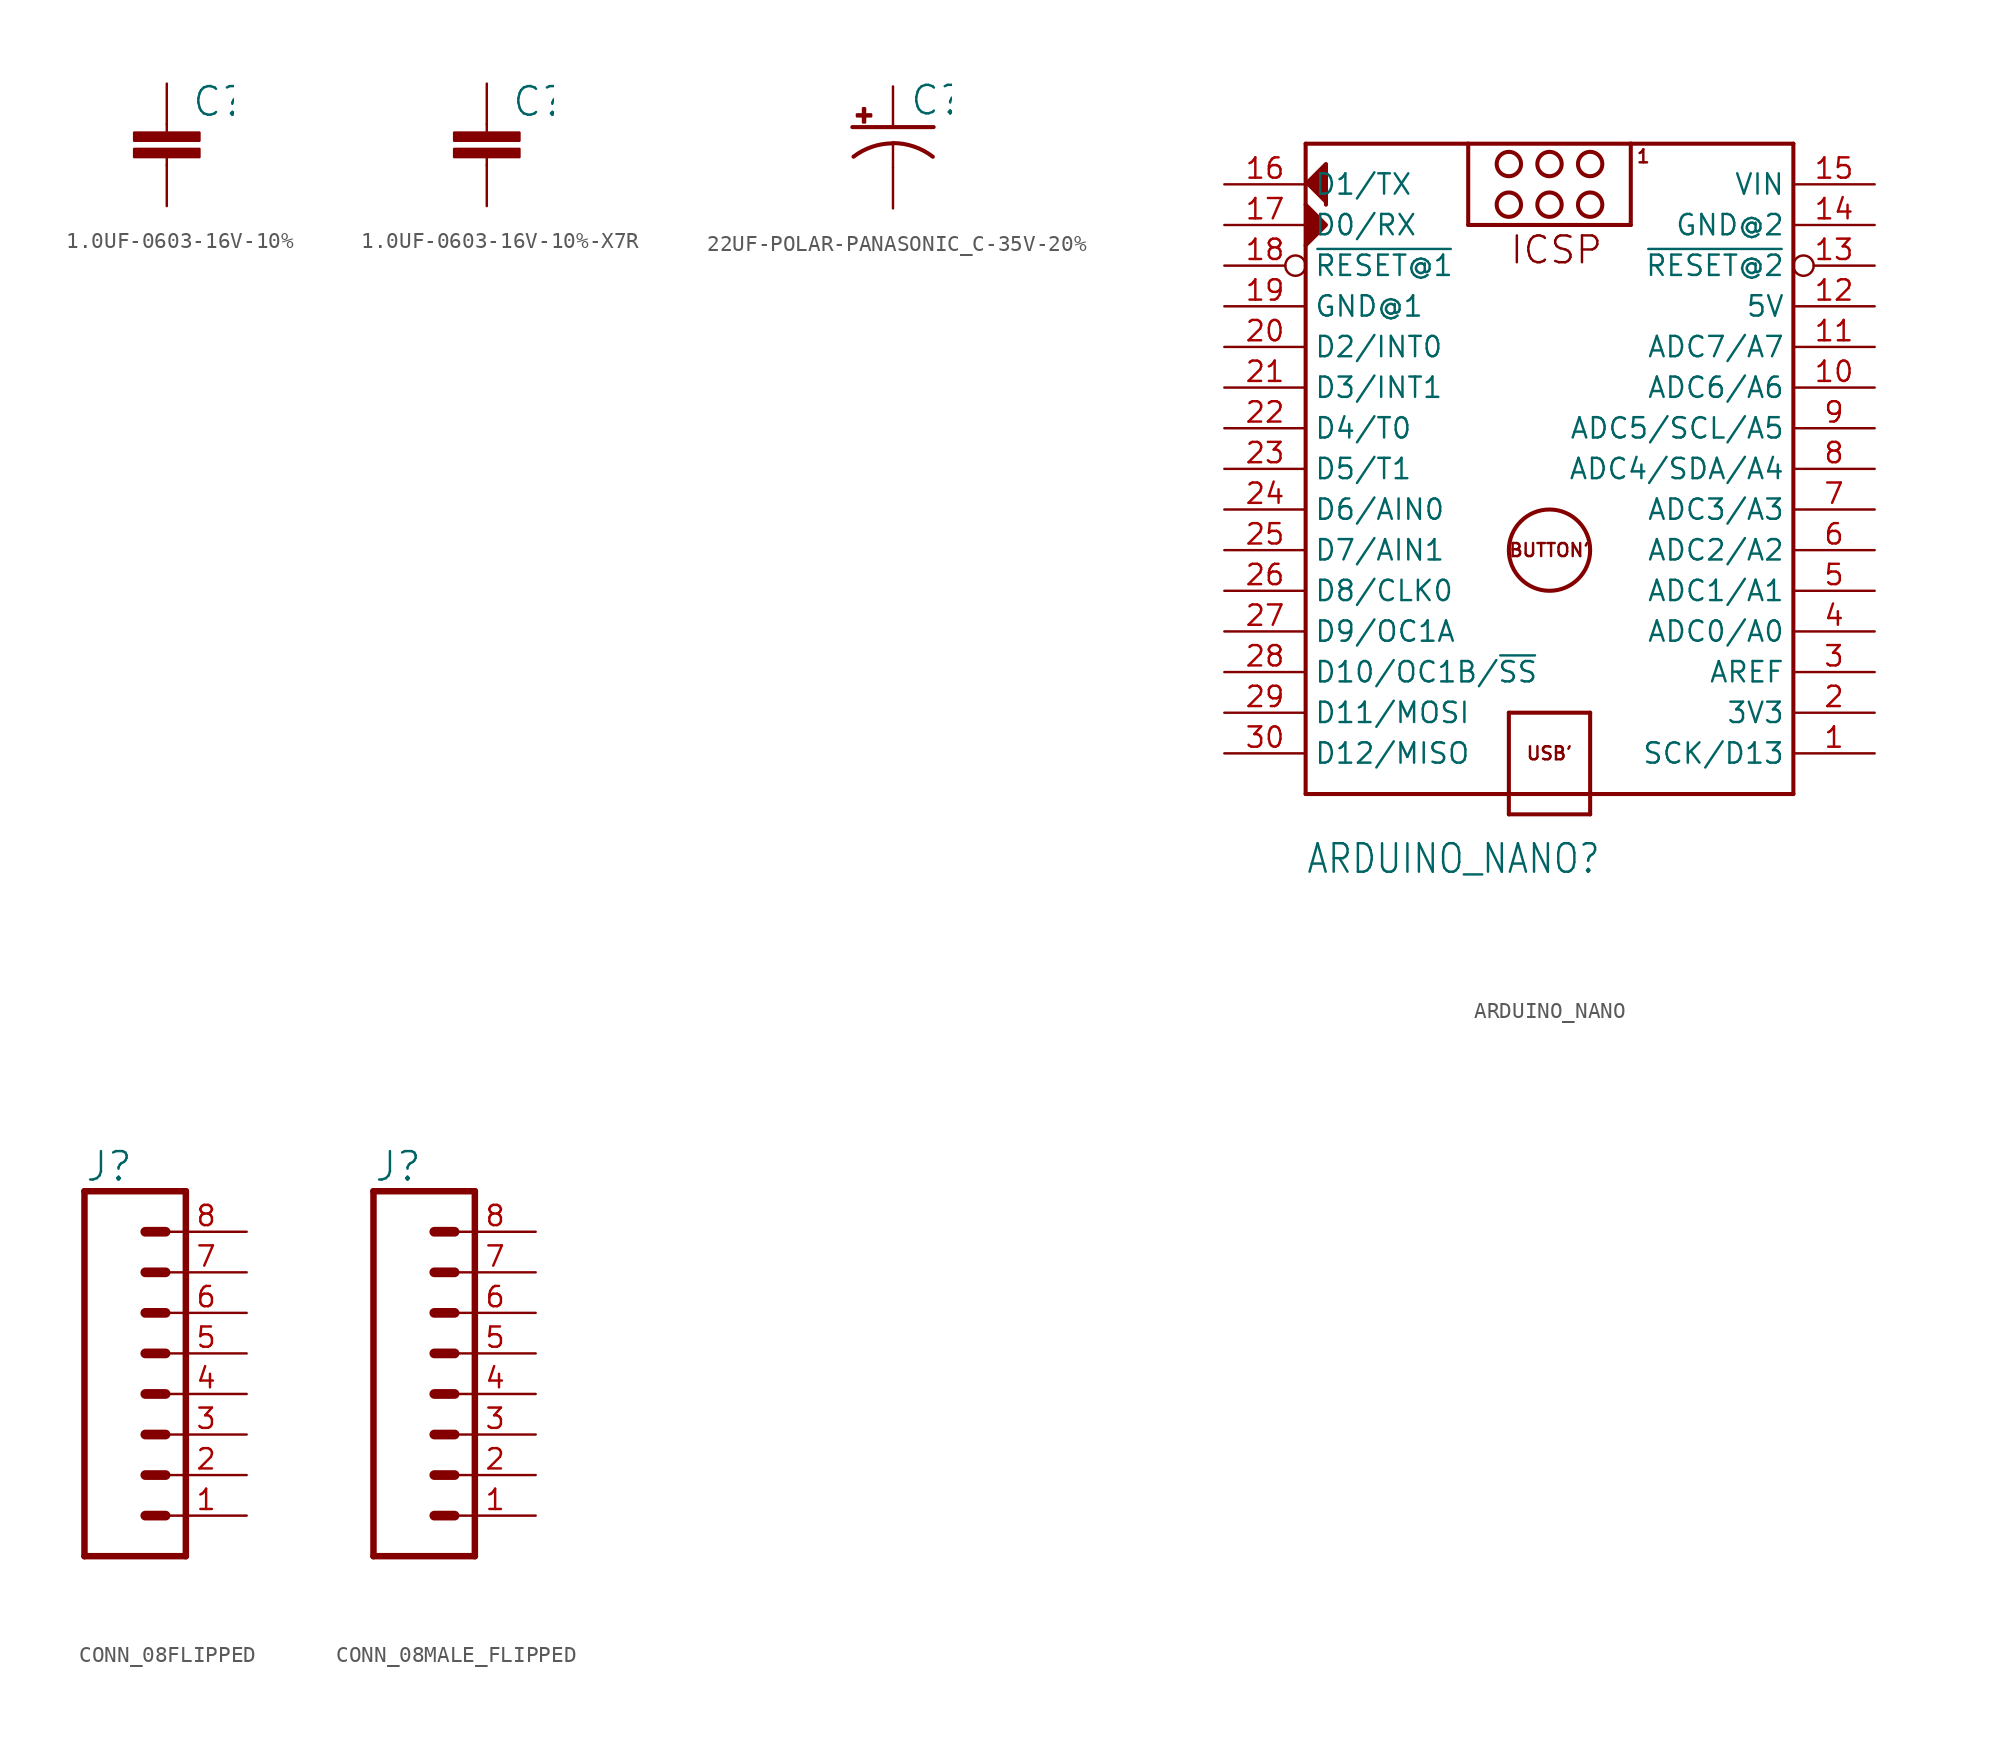
<source format=kicad_sym>
(kicad_symbol_lib
  (version 20241209)
  (generator "kicad_symbol_editor")
  (generator_version "9.0")
  (symbol "1.0UF-0603-16V-10%"
    (property "Reference" "C"
      (at 1.524 2.921 0)
      (effects (font (size 1.778 1.778)) (justify left bottom)))
    (property "Value" ""
      (at 1.524 -2.159 0)
      (effects (font (size 1.778 1.778)) (justify left bottom)))
    (property "ki_locked" ""
      (at 0 0 0)
      (effects (font (size 1.27 1.27))))
    (symbol "1.0UF-0603-16V-10%_1_0"
      (rectangle (start -2.032 1.524) (end 2.032 2.032) (stroke (width 0) (type default)) (fill (type outline)))
      (rectangle (start -2.032 0.508) (end 2.032 1.016) (stroke (width 0) (type default)) (fill (type outline)))
      (polyline (pts (xy 0 2.54) (xy 0 2.032)) (stroke (width 0.152) (type solid)) (fill (type none)))
      (polyline (pts (xy 0 0) (xy 0 0.508)) (stroke (width 0.152) (type solid)) (fill (type none)))
      (pin passive line (at 0 5.08 270) (length 2.54) (name "1" (effects (font (size 0 0)))) (number "1" (effects (font (size 0 0)))))
      (pin passive line (at 0 -2.54 90) (length 2.54) (name "2" (effects (font (size 0 0)))) (number "2" (effects (font (size 0 0)))))))
  (symbol "1.0UF-0603-16V-10%-X7R"
    (property "Reference" "C"
      (at 1.524 2.921 0)
      (effects (font (size 1.778 1.778)) (justify left bottom)))
    (property "Value" ""
      (at 1.524 -2.159 0)
      (effects (font (size 1.778 1.778)) (justify left bottom)))
    (property "ki_locked" ""
      (at 0 0 0)
      (effects (font (size 1.27 1.27))))
    (symbol "1.0UF-0603-16V-10%-X7R_1_0"
      (rectangle (start -2.032 1.524) (end 2.032 2.032) (stroke (width 0) (type default)) (fill (type outline)))
      (rectangle (start -2.032 0.508) (end 2.032 1.016) (stroke (width 0) (type default)) (fill (type outline)))
      (polyline (pts (xy 0 2.54) (xy 0 2.032)) (stroke (width 0.152) (type solid)) (fill (type none)))
      (polyline (pts (xy 0 0) (xy 0 0.508)) (stroke (width 0.152) (type solid)) (fill (type none)))
      (pin passive line (at 0 5.08 270) (length 2.54) (name "1" (effects (font (size 0 0)))) (number "1" (effects (font (size 0 0)))))
      (pin passive line (at 0 -2.54 90) (length 2.54) (name "2" (effects (font (size 0 0)))) (number "2" (effects (font (size 0 0)))))))
  (symbol "22UF-POLAR-PANASONIC_C-35V-20%"
    (property "Reference" "C"
      (at 1.016 0.635 0)
      (effects (font (size 1.778 1.778)) (justify left bottom)))
    (property "Value" ""
      (at 1.016 -4.191 0)
      (effects (font (size 1.778 1.778)) (justify left bottom)))
    (property "ki_locked" ""
      (at 0 0 0)
      (effects (font (size 1.27 1.27))))
    (symbol "22UF-POLAR-PANASONIC_C-35V-20%_1_0"
      (polyline (pts (xy -2.54 0) (xy 2.54 0)) (stroke (width 0.254) (type solid)) (fill (type none)))
      (rectangle (start -2.253 0.668) (end -1.364 0.795) (stroke (width 0) (type default)) (fill (type outline)))
      (rectangle (start -1.872 0.287) (end -1.745 1.176) (stroke (width 0) (type default)) (fill (type outline)))
      (arc (start -2.4669 -1.8504) (mid -1.3021 -1.2303) (end 0 -1.0161) (stroke (width 0.254) (type solid)) (fill (type none)))
      (polyline (pts (xy 0 -1.016) (xy 0 -1.016)) (stroke (width 0.152) (type solid)) (fill (type none)))
      (polyline (pts (xy 0 -1.016) (xy 0 -2.54)) (stroke (width 0.152) (type solid)) (fill (type none)))
      (arc (start 0 -1) (mid 1.3158 -1.2194) (end 2.4892 -1.8541) (stroke (width 0.254) (type solid)) (fill (type none)))
      (pin passive line (at 0 2.54 270) (length 2.54) (name "+" (effects (font (size 0 0)))) (number "+" (effects (font (size 0 0)))))
      (pin passive line (at 0 -5.08 90) (length 2.54) (name "-" (effects (font (size 0 0)))) (number "-" (effects (font (size 0 0)))))))
  (symbol "ARDUINO_NANO"
    (property "Reference" "ARDUINO_NANO"
      (at -15.24 -20.32 0)
      (effects (font (size 1.778 1.511)) (justify left bottom)))
    (property "Value" ""
      (at -15.24 -22.86 0)
      (effects (font (size 1.778 1.511)) (justify left bottom)))
    (property "ki_locked" ""
      (at 0 0 0)
      (effects (font (size 1.27 1.27))))
    (symbol "ARDUINO_NANO_1_0"
      (polyline (pts (xy -15.24 25.4) (xy -5.08 25.4)) (stroke (width 0.254) (type solid)) (fill (type none)))
      (polyline (pts (xy -15.24 22.86) (xy -13.97 24.13) (xy -13.97 21.59)) (stroke (width 0.254) (type solid)) (fill (type outline)))
      (polyline (pts (xy -15.24 21.59) (xy -13.97 20.32) (xy -15.24 19.05)) (stroke (width 0.254) (type solid)) (fill (type outline)))
      (polyline (pts (xy -15.24 -15.24) (xy -15.24 25.4)) (stroke (width 0.254) (type solid)) (fill (type none)))
      (polyline (pts (xy -5.08 25.4) (xy -5.08 20.32)) (stroke (width 0.254) (type solid)) (fill (type none)))
      (polyline (pts (xy -5.08 25.4) (xy 5.08 25.4)) (stroke (width 0.254) (type solid)) (fill (type none)))
      (polyline (pts (xy -5.08 20.32) (xy 5.08 20.32)) (stroke (width 0.254) (type solid)) (fill (type none)))
      (circle (center -2.54 24.13) (radius 0.762) (stroke (width 0.254) (type solid)) (fill (type none)))
      (circle (center -2.54 21.59) (radius 0.762) (stroke (width 0.254) (type solid)) (fill (type none)))
      (polyline (pts (xy -2.54 -10.16) (xy -2.54 -16.51)) (stroke (width 0.254) (type solid)) (fill (type none)))
      (polyline (pts (xy -2.54 -16.51) (xy 2.54 -16.51)) (stroke (width 0.254) (type solid)) (fill (type none)))
      (circle (center 0 24.13) (radius 0.762) (stroke (width 0.254) (type solid)) (fill (type none)))
      (circle (center 0 21.59) (radius 0.762) (stroke (width 0.254) (type solid)) (fill (type none)))
      (circle (center 0 0) (radius 2.54) (stroke (width 0.254) (type solid)) (fill (type none)))
      (circle (center 2.54 24.13) (radius 0.762) (stroke (width 0.254) (type solid)) (fill (type none)))
      (circle (center 2.54 21.59) (radius 0.762) (stroke (width 0.254) (type solid)) (fill (type none)))
      (polyline (pts (xy 2.54 -10.16) (xy -2.54 -10.16)) (stroke (width 0.254) (type solid)) (fill (type none)))
      (polyline (pts (xy 2.54 -16.51) (xy 2.54 -10.16)) (stroke (width 0.254) (type solid)) (fill (type none)))
      (polyline (pts (xy 5.08 25.4) (xy 15.24 25.4)) (stroke (width 0.254) (type solid)) (fill (type none)))
      (polyline (pts (xy 5.08 20.32) (xy 5.08 25.4)) (stroke (width 0.254) (type solid)) (fill (type none)))
      (polyline (pts (xy 15.24 25.4) (xy 15.24 -15.24)) (stroke (width 0.254) (type solid)) (fill (type none)))
      (polyline (pts (xy 15.24 -15.24) (xy -15.24 -15.24)) (stroke (width 0.254) (type solid)) (fill (type none)))
      (text "ICSP" (at -2.54 17.78 0) (effects (font (size 1.676 1.676)) (justify left bottom)))
      (text "BUTTON'" (at 0 0 0) (effects (font (size 0.813 0.813))))
      (text "USB'" (at 0 -12.7 0) (effects (font (size 0.813 0.813))))
      (text "1" (at 6.35 24.13 0) (effects (font (size 0.813 0.813)) (justify right bottom)))
      (pin bidirectional line (at -20.32 22.86 0) (length 5.08) (name "D1/TX" (effects (font (size 1.27 1.27)))) (number "16" (effects (font (size 1.27 1.27)))))
      (pin bidirectional line (at -20.32 20.32 0) (length 5.08) (name "D0/RX" (effects (font (size 1.27 1.27)))) (number "17" (effects (font (size 1.27 1.27)))))
      (pin input inverted (at -20.32 17.78 0) (length 5.08) (name "~{RESET@1}" (effects (font (size 1.27 1.27)))) (number "18" (effects (font (size 1.27 1.27)))))
      (pin power_in line (at -20.32 15.24 0) (length 5.08) (name "GND@1" (effects (font (size 1.27 1.27)))) (number "19" (effects (font (size 1.27 1.27)))))
      (pin bidirectional line (at -20.32 12.7 0) (length 5.08) (name "D2/INT0" (effects (font (size 1.27 1.27)))) (number "20" (effects (font (size 1.27 1.27)))))
      (pin bidirectional line (at -20.32 10.16 0) (length 5.08) (name "D3/INT1" (effects (font (size 1.27 1.27)))) (number "21" (effects (font (size 1.27 1.27)))))
      (pin bidirectional line (at -20.32 7.62 0) (length 5.08) (name "D4/T0" (effects (font (size 1.27 1.27)))) (number "22" (effects (font (size 1.27 1.27)))))
      (pin bidirectional line (at -20.32 5.08 0) (length 5.08) (name "D5/T1" (effects (font (size 1.27 1.27)))) (number "23" (effects (font (size 1.27 1.27)))))
      (pin bidirectional line (at -20.32 2.54 0) (length 5.08) (name "D6/AIN0" (effects (font (size 1.27 1.27)))) (number "24" (effects (font (size 1.27 1.27)))))
      (pin bidirectional line (at -20.32 0 0) (length 5.08) (name "D7/AIN1" (effects (font (size 1.27 1.27)))) (number "25" (effects (font (size 1.27 1.27)))))
      (pin bidirectional line (at -20.32 -2.54 0) (length 5.08) (name "D8/CLK0" (effects (font (size 1.27 1.27)))) (number "26" (effects (font (size 1.27 1.27)))))
      (pin bidirectional line (at -20.32 -5.08 0) (length 5.08) (name "D9/OC1A" (effects (font (size 1.27 1.27)))) (number "27" (effects (font (size 1.27 1.27)))))
      (pin bidirectional line (at -20.32 -7.62 0) (length 5.08) (name "D10/OC1B/~{SS}" (effects (font (size 1.27 1.27)))) (number "28" (effects (font (size 1.27 1.27)))))
      (pin bidirectional line (at -20.32 -10.16 0) (length 5.08) (name "D11/MOSI" (effects (font (size 1.27 1.27)))) (number "29" (effects (font (size 1.27 1.27)))))
      (pin bidirectional line (at -20.32 -12.7 0) (length 5.08) (name "D12/MISO" (effects (font (size 1.27 1.27)))) (number "30" (effects (font (size 1.27 1.27)))))
      (pin power_in line (at 20.32 22.86 180) (length 5.08) (name "VIN" (effects (font (size 1.27 1.27)))) (number "15" (effects (font (size 1.27 1.27)))))
      (pin power_in line (at 20.32 20.32 180) (length 5.08) (name "GND@2" (effects (font (size 1.27 1.27)))) (number "14" (effects (font (size 1.27 1.27)))))
      (pin input inverted (at 20.32 17.78 180) (length 5.08) (name "~{RESET@2}" (effects (font (size 1.27 1.27)))) (number "13" (effects (font (size 1.27 1.27)))))
      (pin power_in line (at 20.32 15.24 180) (length 5.08) (name "5V" (effects (font (size 1.27 1.27)))) (number "12" (effects (font (size 1.27 1.27)))))
      (pin bidirectional line (at 20.32 12.7 180) (length 5.08) (name "ADC7/A7" (effects (font (size 1.27 1.27)))) (number "11" (effects (font (size 1.27 1.27)))))
      (pin bidirectional line (at 20.32 10.16 180) (length 5.08) (name "ADC6/A6" (effects (font (size 1.27 1.27)))) (number "10" (effects (font (size 1.27 1.27)))))
      (pin bidirectional line (at 20.32 7.62 180) (length 5.08) (name "ADC5/SCL/A5" (effects (font (size 1.27 1.27)))) (number "9" (effects (font (size 1.27 1.27)))))
      (pin bidirectional line (at 20.32 5.08 180) (length 5.08) (name "ADC4/SDA/A4" (effects (font (size 1.27 1.27)))) (number "8" (effects (font (size 1.27 1.27)))))
      (pin bidirectional line (at 20.32 2.54 180) (length 5.08) (name "ADC3/A3" (effects (font (size 1.27 1.27)))) (number "7" (effects (font (size 1.27 1.27)))))
      (pin bidirectional line (at 20.32 0 180) (length 5.08) (name "ADC2/A2" (effects (font (size 1.27 1.27)))) (number "6" (effects (font (size 1.27 1.27)))))
      (pin bidirectional line (at 20.32 -2.54 180) (length 5.08) (name "ADC1/A1" (effects (font (size 1.27 1.27)))) (number "5" (effects (font (size 1.27 1.27)))))
      (pin bidirectional line (at 20.32 -5.08 180) (length 5.08) (name "ADC0/A0" (effects (font (size 1.27 1.27)))) (number "4" (effects (font (size 1.27 1.27)))))
      (pin input line (at 20.32 -7.62 180) (length 5.08) (name "AREF" (effects (font (size 1.27 1.27)))) (number "3" (effects (font (size 1.27 1.27)))))
      (pin output line (at 20.32 -10.16 180) (length 5.08) (name "3V3" (effects (font (size 1.27 1.27)))) (number "2" (effects (font (size 1.27 1.27)))))
      (pin bidirectional line (at 20.32 -12.7 180) (length 5.08) (name "SCK/D13" (effects (font (size 1.27 1.27)))) (number "1" (effects (font (size 1.27 1.27)))))))
  (symbol "CONN_08FLIPPED"
    (property "Reference" "J"
      (at -5.08 13.208 0)
      (effects (font (size 1.778 1.778)) (justify left bottom)))
    (property "Value" ""
      (at -5.08 -12.446 0)
      (effects (font (size 1.778 1.778)) (justify left bottom)))
    (property "ki_locked" ""
      (at 0 0 0)
      (effects (font (size 1.27 1.27))))
    (symbol "CONN_08FLIPPED_1_0"
      (polyline (pts (xy -5.08 12.7) (xy -5.08 -10.16)) (stroke (width 0.406) (type solid)) (fill (type none)))
      (polyline (pts (xy -5.08 12.7) (xy 1.27 12.7)) (stroke (width 0.406) (type solid)) (fill (type none)))
      (polyline (pts (xy -1.27 10.16) (xy 0 10.16)) (stroke (width 0.61) (type solid)) (fill (type none)))
      (polyline (pts (xy -1.27 7.62) (xy 0 7.62)) (stroke (width 0.61) (type solid)) (fill (type none)))
      (polyline (pts (xy -1.27 5.08) (xy 0 5.08)) (stroke (width 0.61) (type solid)) (fill (type none)))
      (polyline (pts (xy -1.27 2.54) (xy 0 2.54)) (stroke (width 0.61) (type solid)) (fill (type none)))
      (polyline (pts (xy -1.27 0) (xy 0 0)) (stroke (width 0.61) (type solid)) (fill (type none)))
      (polyline (pts (xy -1.27 -2.54) (xy 0 -2.54)) (stroke (width 0.61) (type solid)) (fill (type none)))
      (polyline (pts (xy -1.27 -5.08) (xy 0 -5.08)) (stroke (width 0.61) (type solid)) (fill (type none)))
      (polyline (pts (xy -1.27 -7.62) (xy 0 -7.62)) (stroke (width 0.61) (type solid)) (fill (type none)))
      (polyline (pts (xy 1.27 -10.16) (xy -5.08 -10.16)) (stroke (width 0.406) (type solid)) (fill (type none)))
      (polyline (pts (xy 1.27 -10.16) (xy 1.27 12.7)) (stroke (width 0.406) (type solid)) (fill (type none)))
      (pin passive line (at 5.08 10.16 180) (length 5.08) (name "8" (effects (font (size 0 0)))) (number "8" (effects (font (size 1.27 1.27)))))
      (pin passive line (at 5.08 7.62 180) (length 5.08) (name "7" (effects (font (size 0 0)))) (number "7" (effects (font (size 1.27 1.27)))))
      (pin passive line (at 5.08 5.08 180) (length 5.08) (name "6" (effects (font (size 0 0)))) (number "6" (effects (font (size 1.27 1.27)))))
      (pin passive line (at 5.08 2.54 180) (length 5.08) (name "5" (effects (font (size 0 0)))) (number "5" (effects (font (size 1.27 1.27)))))
      (pin passive line (at 5.08 0 180) (length 5.08) (name "4" (effects (font (size 0 0)))) (number "4" (effects (font (size 1.27 1.27)))))
      (pin passive line (at 5.08 -2.54 180) (length 5.08) (name "3" (effects (font (size 0 0)))) (number "3" (effects (font (size 1.27 1.27)))))
      (pin passive line (at 5.08 -5.08 180) (length 5.08) (name "2" (effects (font (size 0 0)))) (number "2" (effects (font (size 1.27 1.27)))))
      (pin passive line (at 5.08 -7.62 180) (length 5.08) (name "1" (effects (font (size 0 0)))) (number "1" (effects (font (size 1.27 1.27)))))))
  (symbol "CONN_08MALE_FLIPPED"
    (property "Reference" "J"
      (at -5.08 13.208 0)
      (effects (font (size 1.778 1.778)) (justify left bottom)))
    (property "Value" ""
      (at -5.08 -12.446 0)
      (effects (font (size 1.778 1.778)) (justify left bottom)))
    (property "ki_locked" ""
      (at 0 0 0)
      (effects (font (size 1.27 1.27))))
    (symbol "CONN_08MALE_FLIPPED_1_0"
      (polyline (pts (xy -5.08 12.7) (xy -5.08 -10.16)) (stroke (width 0.406) (type solid)) (fill (type none)))
      (polyline (pts (xy -5.08 12.7) (xy 1.27 12.7)) (stroke (width 0.406) (type solid)) (fill (type none)))
      (polyline (pts (xy -1.27 10.16) (xy 0 10.16)) (stroke (width 0.61) (type solid)) (fill (type none)))
      (polyline (pts (xy -1.27 7.62) (xy 0 7.62)) (stroke (width 0.61) (type solid)) (fill (type none)))
      (polyline (pts (xy -1.27 5.08) (xy 0 5.08)) (stroke (width 0.61) (type solid)) (fill (type none)))
      (polyline (pts (xy -1.27 2.54) (xy 0 2.54)) (stroke (width 0.61) (type solid)) (fill (type none)))
      (polyline (pts (xy -1.27 0) (xy 0 0)) (stroke (width 0.61) (type solid)) (fill (type none)))
      (polyline (pts (xy -1.27 -2.54) (xy 0 -2.54)) (stroke (width 0.61) (type solid)) (fill (type none)))
      (polyline (pts (xy -1.27 -5.08) (xy 0 -5.08)) (stroke (width 0.61) (type solid)) (fill (type none)))
      (polyline (pts (xy -1.27 -7.62) (xy 0 -7.62)) (stroke (width 0.61) (type solid)) (fill (type none)))
      (polyline (pts (xy 1.27 -10.16) (xy -5.08 -10.16)) (stroke (width 0.406) (type solid)) (fill (type none)))
      (polyline (pts (xy 1.27 -10.16) (xy 1.27 12.7)) (stroke (width 0.406) (type solid)) (fill (type none)))
      (pin passive line (at 5.08 10.16 180) (length 5.08) (name "8" (effects (font (size 0 0)))) (number "8" (effects (font (size 1.27 1.27)))))
      (pin passive line (at 5.08 7.62 180) (length 5.08) (name "7" (effects (font (size 0 0)))) (number "7" (effects (font (size 1.27 1.27)))))
      (pin passive line (at 5.08 5.08 180) (length 5.08) (name "6" (effects (font (size 0 0)))) (number "6" (effects (font (size 1.27 1.27)))))
      (pin passive line (at 5.08 2.54 180) (length 5.08) (name "5" (effects (font (size 0 0)))) (number "5" (effects (font (size 1.27 1.27)))))
      (pin passive line (at 5.08 0 180) (length 5.08) (name "4" (effects (font (size 0 0)))) (number "4" (effects (font (size 1.27 1.27)))))
      (pin passive line (at 5.08 -2.54 180) (length 5.08) (name "3" (effects (font (size 0 0)))) (number "3" (effects (font (size 1.27 1.27)))))
      (pin passive line (at 5.08 -5.08 180) (length 5.08) (name "2" (effects (font (size 0 0)))) (number "2" (effects (font (size 1.27 1.27)))))
      (pin passive line (at 5.08 -7.62 180) (length 5.08) (name "1" (effects (font (size 0 0)))) (number "1" (effects (font (size 1.27 1.27))))))))
</source>
